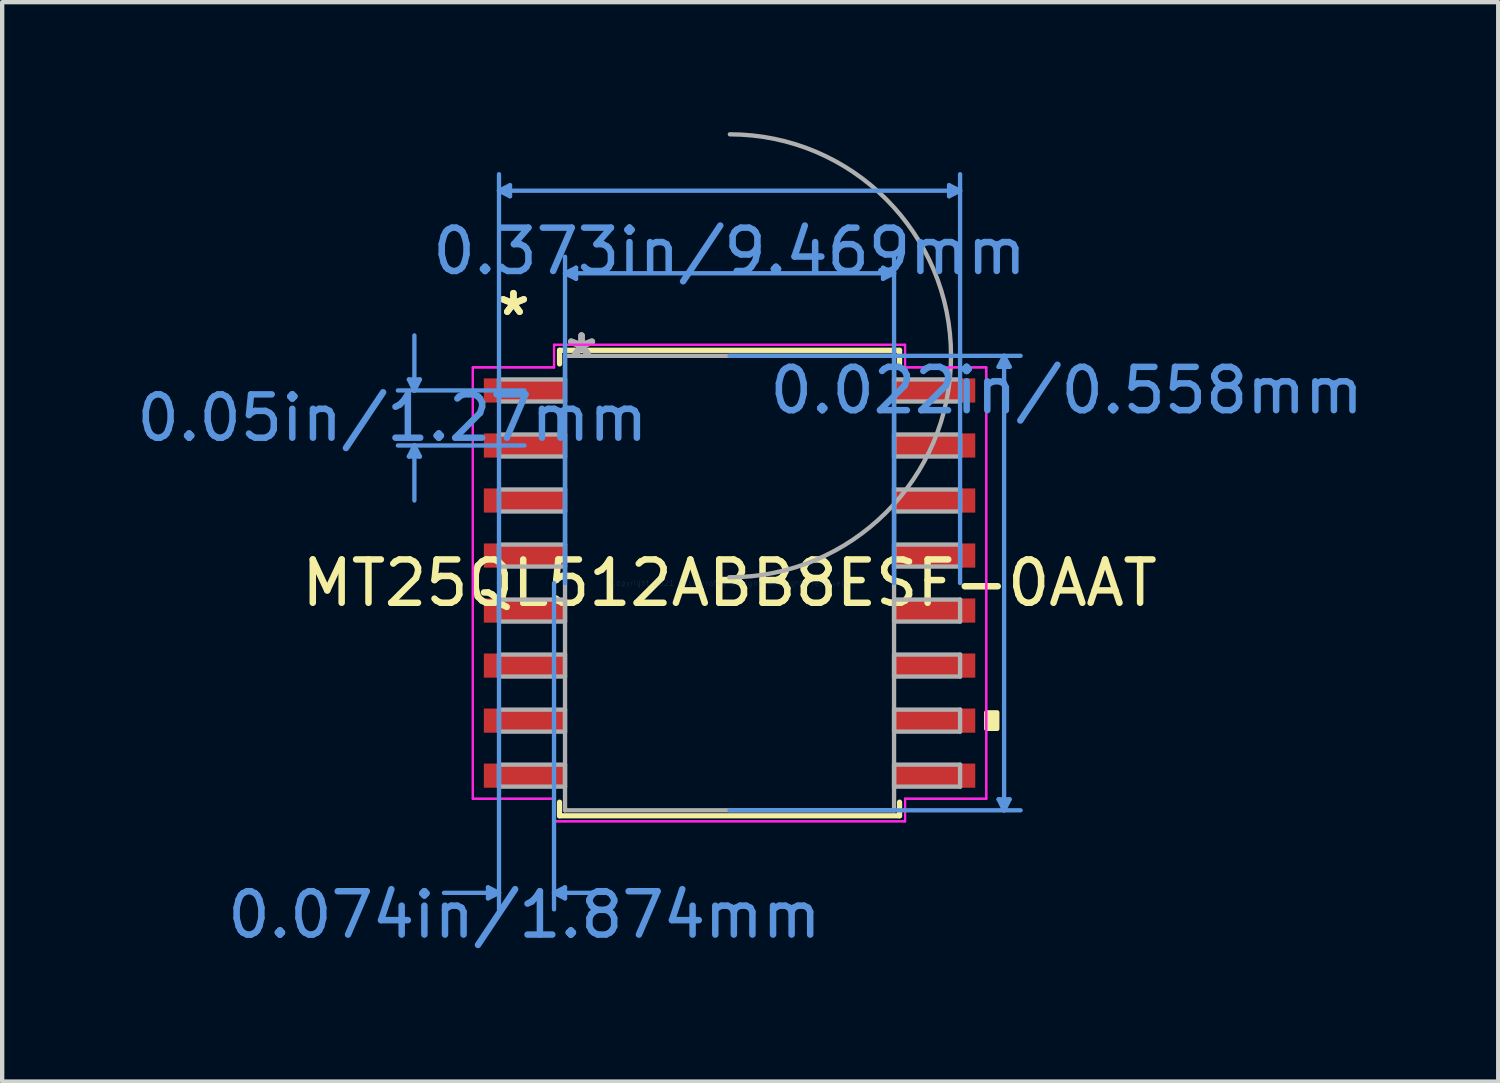
<source format=kicad_pcb>
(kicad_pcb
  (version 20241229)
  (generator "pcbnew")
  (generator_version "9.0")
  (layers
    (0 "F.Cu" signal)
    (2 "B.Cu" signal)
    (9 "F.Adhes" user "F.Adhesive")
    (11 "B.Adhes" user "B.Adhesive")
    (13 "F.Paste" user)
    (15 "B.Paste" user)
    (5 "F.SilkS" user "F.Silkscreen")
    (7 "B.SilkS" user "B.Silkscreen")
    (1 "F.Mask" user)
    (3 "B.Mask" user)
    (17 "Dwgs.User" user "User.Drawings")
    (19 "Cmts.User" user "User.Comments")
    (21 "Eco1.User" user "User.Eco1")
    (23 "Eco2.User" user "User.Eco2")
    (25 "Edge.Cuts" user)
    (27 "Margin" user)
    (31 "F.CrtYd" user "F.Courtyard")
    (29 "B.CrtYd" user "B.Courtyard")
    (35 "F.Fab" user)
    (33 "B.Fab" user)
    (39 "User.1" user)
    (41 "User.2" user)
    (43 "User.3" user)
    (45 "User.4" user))
  (footprint "MT25QL512ABB8ESF-0AAT"
    (layer "F.Cu")
    (at 13.788 10.407)
    (property "Reference" "MT25QL512ABB8ESF-0AAT" (at 0 0 0) (layer "F.SilkS") (effects (font (size 1 1) (thickness 0.15))))
    (attr through_hole)
    (fp_line (start -3.924 -5.372) (end -3.924 -5.057) (stroke (width 0.12) (type solid)) (layer "F.SilkS"))
    (fp_line (start -3.924 5.057) (end -3.924 5.372) (stroke (width 0.12) (type solid)) (layer "F.SilkS"))
    (fp_line (start -3.924 5.372) (end 3.924 5.372) (stroke (width 0.12) (type solid)) (layer "F.SilkS"))
    (fp_line (start 3.924 -5.372) (end -3.924 -5.372) (stroke (width 0.12) (type solid)) (layer "F.SilkS"))
    (fp_line (start 3.924 -5.057) (end 3.924 -5.372) (stroke (width 0.12) (type solid)) (layer "F.SilkS"))
    (fp_line (start 3.924 5.372) (end 3.924 5.057) (stroke (width 0.12) (type solid)) (layer "F.SilkS"))
    (fp_poly (pts (xy 6.179 2.985) (xy 6.179 3.365) (xy 5.925 3.365) (xy 5.925 2.985)) (stroke (width 0.1) (type solid)) (fill yes) (layer "F.SilkS"))
    (fp_line (start -7.401 -4.699) (end -7.147 -4.699) (stroke (width 0.1) (type solid)) (layer "Cmts.User"))
    (fp_line (start -7.401 -2.921) (end -7.147 -2.921) (stroke (width 0.1) (type solid)) (layer "Cmts.User"))
    (fp_line (start -7.274 -4.445) (end -7.401 -4.699) (stroke (width 0.1) (type solid)) (layer "Cmts.User"))
    (fp_line (start -7.274 -4.445) (end -7.274 -5.715) (stroke (width 0.1) (type solid)) (layer "Cmts.User"))
    (fp_line (start -7.274 -4.445) (end -7.147 -4.699) (stroke (width 0.1) (type solid)) (layer "Cmts.User"))
    (fp_line (start -7.274 -3.175) (end -7.401 -2.921) (stroke (width 0.1) (type solid)) (layer "Cmts.User"))
    (fp_line (start -7.274 -3.175) (end -7.274 -1.905) (stroke (width 0.1) (type solid)) (layer "Cmts.User"))
    (fp_line (start -7.274 -3.175) (end -7.147 -2.921) (stroke (width 0.1) (type solid)) (layer "Cmts.User"))
    (fp_line (start -5.575 7.023) (end -5.575 7.277) (stroke (width 0.1) (type solid)) (layer "Cmts.User"))
    (fp_line (start -5.321 -9.055) (end -5.067 -9.182) (stroke (width 0.1) (type solid)) (layer "Cmts.User"))
    (fp_line (start -5.321 -9.055) (end -5.067 -8.928) (stroke (width 0.1) (type solid)) (layer "Cmts.User"))
    (fp_line (start -5.321 -9.055) (end 5.321 -9.055) (stroke (width 0.1) (type solid)) (layer "Cmts.User"))
    (fp_line (start -5.321 0) (end -5.321 -9.436) (stroke (width 0.1) (type solid)) (layer "Cmts.User"))
    (fp_line (start -5.321 0) (end -5.321 7.531) (stroke (width 0.1) (type solid)) (layer "Cmts.User"))
    (fp_line (start -5.321 7.15) (end -6.591 7.15) (stroke (width 0.1) (type solid)) (layer "Cmts.User"))
    (fp_line (start -5.321 7.15) (end -5.575 7.023) (stroke (width 0.1) (type solid)) (layer "Cmts.User"))
    (fp_line (start -5.321 7.15) (end -5.575 7.277) (stroke (width 0.1) (type solid)) (layer "Cmts.User"))
    (fp_line (start -5.067 -9.182) (end -5.067 -8.928) (stroke (width 0.1) (type solid)) (layer "Cmts.User"))
    (fp_line (start -4.734 -4.445) (end -7.655 -4.445) (stroke (width 0.1) (type solid)) (layer "Cmts.User"))
    (fp_line (start -4.734 -3.175) (end -7.655 -3.175) (stroke (width 0.1) (type solid)) (layer "Cmts.User"))
    (fp_line (start -4.051 0) (end -4.051 7.531) (stroke (width 0.1) (type solid)) (layer "Cmts.User"))
    (fp_line (start -4.051 7.15) (end -3.797 7.023) (stroke (width 0.1) (type solid)) (layer "Cmts.User"))
    (fp_line (start -4.051 7.15) (end -3.797 7.277) (stroke (width 0.1) (type solid)) (layer "Cmts.User"))
    (fp_line (start -4.051 7.15) (end -2.781 7.15) (stroke (width 0.1) (type solid)) (layer "Cmts.User"))
    (fp_line (start -3.797 -7.15) (end -3.543 -7.277) (stroke (width 0.1) (type solid)) (layer "Cmts.User"))
    (fp_line (start -3.797 -7.15) (end -3.543 -7.023) (stroke (width 0.1) (type solid)) (layer "Cmts.User"))
    (fp_line (start -3.797 -7.15) (end 3.797 -7.15) (stroke (width 0.1) (type solid)) (layer "Cmts.User"))
    (fp_line (start -3.797 0) (end -3.797 -7.531) (stroke (width 0.1) (type solid)) (layer "Cmts.User"))
    (fp_line (start -3.797 7.023) (end -3.797 7.277) (stroke (width 0.1) (type solid)) (layer "Cmts.User"))
    (fp_line (start -3.543 -7.277) (end -3.543 -7.023) (stroke (width 0.1) (type solid)) (layer "Cmts.User"))
    (fp_line (start 0 -5.245) (end 6.718 -5.245) (stroke (width 0.1) (type solid)) (layer "Cmts.User"))
    (fp_line (start 0 5.245) (end 6.718 5.245) (stroke (width 0.1) (type solid)) (layer "Cmts.User"))
    (fp_line (start 3.543 -7.277) (end 3.543 -7.023) (stroke (width 0.1) (type solid)) (layer "Cmts.User"))
    (fp_line (start 3.797 -7.15) (end 3.543 -7.277) (stroke (width 0.1) (type solid)) (layer "Cmts.User"))
    (fp_line (start 3.797 -7.15) (end 3.543 -7.023) (stroke (width 0.1) (type solid)) (layer "Cmts.User"))
    (fp_line (start 3.797 0) (end 3.797 -7.531) (stroke (width 0.1) (type solid)) (layer "Cmts.User"))
    (fp_line (start 5.067 -9.182) (end 5.067 -8.928) (stroke (width 0.1) (type solid)) (layer "Cmts.User"))
    (fp_line (start 5.321 -9.055) (end 5.067 -9.182) (stroke (width 0.1) (type solid)) (layer "Cmts.User"))
    (fp_line (start 5.321 -9.055) (end 5.067 -8.928) (stroke (width 0.1) (type solid)) (layer "Cmts.User"))
    (fp_line (start 5.321 0) (end 5.321 -9.436) (stroke (width 0.1) (type solid)) (layer "Cmts.User"))
    (fp_line (start 6.21 -4.991) (end 6.464 -4.991) (stroke (width 0.1) (type solid)) (layer "Cmts.User"))
    (fp_line (start 6.21 4.991) (end 6.464 4.991) (stroke (width 0.1) (type solid)) (layer "Cmts.User"))
    (fp_line (start 6.337 -5.245) (end 6.21 -4.991) (stroke (width 0.1) (type solid)) (layer "Cmts.User"))
    (fp_line (start 6.337 -5.245) (end 6.337 5.245) (stroke (width 0.1) (type solid)) (layer "Cmts.User"))
    (fp_line (start 6.337 -5.245) (end 6.464 -4.991) (stroke (width 0.1) (type solid)) (layer "Cmts.User"))
    (fp_line (start 6.337 5.245) (end 6.21 4.991) (stroke (width 0.1) (type solid)) (layer "Cmts.User"))
    (fp_line (start 6.337 5.245) (end 6.464 4.991) (stroke (width 0.1) (type solid)) (layer "Cmts.User"))
    (fp_line (start -5.925 -4.978) (end -4.051 -4.978) (stroke (width 0.05) (type solid)) (layer "F.CrtYd"))
    (fp_line (start -5.925 -4.978) (end -4.051 -4.978) (stroke (width 0.05) (type solid)) (layer "F.CrtYd"))
    (fp_line (start -5.925 4.978) (end -5.925 -4.978) (stroke (width 0.05) (type solid)) (layer "F.CrtYd"))
    (fp_line (start -5.925 4.978) (end -5.925 -4.978) (stroke (width 0.05) (type solid)) (layer "F.CrtYd"))
    (fp_line (start -5.925 4.978) (end -4.051 4.978) (stroke (width 0.05) (type solid)) (layer "F.CrtYd"))
    (fp_line (start -4.051 -5.499) (end 4.051 -5.499) (stroke (width 0.05) (type solid)) (layer "F.CrtYd"))
    (fp_line (start -4.051 -5.499) (end 4.051 -5.499) (stroke (width 0.05) (type solid)) (layer "F.CrtYd"))
    (fp_line (start -4.051 -4.978) (end -4.051 -5.499) (stroke (width 0.05) (type solid)) (layer "F.CrtYd"))
    (fp_line (start -4.051 -4.978) (end -4.051 -5.499) (stroke (width 0.05) (type solid)) (layer "F.CrtYd"))
    (fp_line (start -4.051 4.978) (end -5.925 4.978) (stroke (width 0.05) (type solid)) (layer "F.CrtYd"))
    (fp_line (start -4.051 5.499) (end -4.051 4.978) (stroke (width 0.05) (type solid)) (layer "F.CrtYd"))
    (fp_line (start -4.051 5.499) (end -4.051 4.978) (stroke (width 0.05) (type solid)) (layer "F.CrtYd"))
    (fp_line (start 4.051 -5.499) (end 4.051 -4.978) (stroke (width 0.05) (type solid)) (layer "F.CrtYd"))
    (fp_line (start 4.051 -5.499) (end 4.051 -4.978) (stroke (width 0.05) (type solid)) (layer "F.CrtYd"))
    (fp_line (start 4.051 -4.978) (end 5.925 -4.978) (stroke (width 0.05) (type solid)) (layer "F.CrtYd"))
    (fp_line (start 4.051 4.978) (end 4.051 5.499) (stroke (width 0.05) (type solid)) (layer "F.CrtYd"))
    (fp_line (start 4.051 4.978) (end 4.051 5.499) (stroke (width 0.05) (type solid)) (layer "F.CrtYd"))
    (fp_line (start 4.051 5.499) (end -4.051 5.499) (stroke (width 0.05) (type solid)) (layer "F.CrtYd"))
    (fp_line (start 4.051 5.499) (end -4.051 5.499) (stroke (width 0.05) (type solid)) (layer "F.CrtYd"))
    (fp_line (start 5.925 -4.978) (end 4.051 -4.978) (stroke (width 0.05) (type solid)) (layer "F.CrtYd"))
    (fp_line (start 5.925 -4.978) (end 5.925 4.978) (stroke (width 0.05) (type solid)) (layer "F.CrtYd"))
    (fp_line (start 5.925 -4.978) (end 5.925 4.978) (stroke (width 0.05) (type solid)) (layer "F.CrtYd"))
    (fp_line (start 5.925 4.978) (end 4.051 4.978) (stroke (width 0.05) (type solid)) (layer "F.CrtYd"))
    (fp_line (start 5.925 4.978) (end 4.051 4.978) (stroke (width 0.05) (type solid)) (layer "F.CrtYd"))
    (fp_line (start -5.321 -4.699) (end -5.321 -4.191) (stroke (width 0.1) (type solid)) (layer "F.Fab"))
    (fp_line (start -5.321 -4.191) (end -3.797 -4.191) (stroke (width 0.1) (type solid)) (layer "F.Fab"))
    (fp_line (start -5.321 -3.429) (end -5.321 -2.921) (stroke (width 0.1) (type solid)) (layer "F.Fab"))
    (fp_line (start -5.321 -2.921) (end -3.797 -2.921) (stroke (width 0.1) (type solid)) (layer "F.Fab"))
    (fp_line (start -5.321 -2.159) (end -5.321 -1.651) (stroke (width 0.1) (type solid)) (layer "F.Fab"))
    (fp_line (start -5.321 -1.651) (end -3.797 -1.651) (stroke (width 0.1) (type solid)) (layer "F.Fab"))
    (fp_line (start -5.321 -0.889) (end -5.321 -0.381) (stroke (width 0.1) (type solid)) (layer "F.Fab"))
    (fp_line (start -5.321 -0.381) (end -3.797 -0.381) (stroke (width 0.1) (type solid)) (layer "F.Fab"))
    (fp_line (start -5.321 0.381) (end -5.321 0.889) (stroke (width 0.1) (type solid)) (layer "F.Fab"))
    (fp_line (start -5.321 0.889) (end -3.797 0.889) (stroke (width 0.1) (type solid)) (layer "F.Fab"))
    (fp_line (start -5.321 1.651) (end -5.321 2.159) (stroke (width 0.1) (type solid)) (layer "F.Fab"))
    (fp_line (start -5.321 2.159) (end -3.797 2.159) (stroke (width 0.1) (type solid)) (layer "F.Fab"))
    (fp_line (start -5.321 2.921) (end -5.321 3.429) (stroke (width 0.1) (type solid)) (layer "F.Fab"))
    (fp_line (start -5.321 3.429) (end -3.797 3.429) (stroke (width 0.1) (type solid)) (layer "F.Fab"))
    (fp_line (start -5.321 4.191) (end -5.321 4.699) (stroke (width 0.1) (type solid)) (layer "F.Fab"))
    (fp_line (start -5.321 4.699) (end -3.797 4.699) (stroke (width 0.1) (type solid)) (layer "F.Fab"))
    (fp_line (start -3.797 -5.245) (end -3.797 5.245) (stroke (width 0.1) (type solid)) (layer "F.Fab"))
    (fp_line (start -3.797 -4.699) (end -5.321 -4.699) (stroke (width 0.1) (type solid)) (layer "F.Fab"))
    (fp_line (start -3.797 -4.191) (end -3.797 -4.699) (stroke (width 0.1) (type solid)) (layer "F.Fab"))
    (fp_line (start -3.797 -3.429) (end -5.321 -3.429) (stroke (width 0.1) (type solid)) (layer "F.Fab"))
    (fp_line (start -3.797 -2.921) (end -3.797 -3.429) (stroke (width 0.1) (type solid)) (layer "F.Fab"))
    (fp_line (start -3.797 -2.159) (end -5.321 -2.159) (stroke (width 0.1) (type solid)) (layer "F.Fab"))
    (fp_line (start -3.797 -1.651) (end -3.797 -2.159) (stroke (width 0.1) (type solid)) (layer "F.Fab"))
    (fp_line (start -3.797 -0.889) (end -5.321 -0.889) (stroke (width 0.1) (type solid)) (layer "F.Fab"))
    (fp_line (start -3.797 -0.381) (end -3.797 -0.889) (stroke (width 0.1) (type solid)) (layer "F.Fab"))
    (fp_line (start -3.797 0.381) (end -5.321 0.381) (stroke (width 0.1) (type solid)) (layer "F.Fab"))
    (fp_line (start -3.797 0.889) (end -3.797 0.381) (stroke (width 0.1) (type solid)) (layer "F.Fab"))
    (fp_line (start -3.797 1.651) (end -5.321 1.651) (stroke (width 0.1) (type solid)) (layer "F.Fab"))
    (fp_line (start -3.797 2.159) (end -3.797 1.651) (stroke (width 0.1) (type solid)) (layer "F.Fab"))
    (fp_line (start -3.797 2.921) (end -5.321 2.921) (stroke (width 0.1) (type solid)) (layer "F.Fab"))
    (fp_line (start -3.797 3.429) (end -3.797 2.921) (stroke (width 0.1) (type solid)) (layer "F.Fab"))
    (fp_line (start -3.797 4.191) (end -5.321 4.191) (stroke (width 0.1) (type solid)) (layer "F.Fab"))
    (fp_line (start -3.797 4.699) (end -3.797 4.191) (stroke (width 0.1) (type solid)) (layer "F.Fab"))
    (fp_line (start -3.797 5.245) (end 3.797 5.245) (stroke (width 0.1) (type solid)) (layer "F.Fab"))
    (fp_line (start 3.797 -5.245) (end -3.797 -5.245) (stroke (width 0.1) (type solid)) (layer "F.Fab"))
    (fp_line (start 3.797 -4.699) (end 3.797 -4.191) (stroke (width 0.1) (type solid)) (layer "F.Fab"))
    (fp_line (start 3.797 -4.191) (end 5.321 -4.191) (stroke (width 0.1) (type solid)) (layer "F.Fab"))
    (fp_line (start 3.797 -3.429) (end 3.797 -2.921) (stroke (width 0.1) (type solid)) (layer "F.Fab"))
    (fp_line (start 3.797 -2.921) (end 5.321 -2.921) (stroke (width 0.1) (type solid)) (layer "F.Fab"))
    (fp_line (start 3.797 -2.159) (end 3.797 -1.651) (stroke (width 0.1) (type solid)) (layer "F.Fab"))
    (fp_line (start 3.797 -1.651) (end 5.321 -1.651) (stroke (width 0.1) (type solid)) (layer "F.Fab"))
    (fp_line (start 3.797 -0.889) (end 3.797 -0.381) (stroke (width 0.1) (type solid)) (layer "F.Fab"))
    (fp_line (start 3.797 -0.381) (end 5.321 -0.381) (stroke (width 0.1) (type solid)) (layer "F.Fab"))
    (fp_line (start 3.797 0.381) (end 3.797 0.889) (stroke (width 0.1) (type solid)) (layer "F.Fab"))
    (fp_line (start 3.797 0.889) (end 5.321 0.889) (stroke (width 0.1) (type solid)) (layer "F.Fab"))
    (fp_line (start 3.797 1.651) (end 3.797 2.159) (stroke (width 0.1) (type solid)) (layer "F.Fab"))
    (fp_line (start 3.797 2.159) (end 5.321 2.159) (stroke (width 0.1) (type solid)) (layer "F.Fab"))
    (fp_line (start 3.797 2.921) (end 3.797 3.429) (stroke (width 0.1) (type solid)) (layer "F.Fab"))
    (fp_line (start 3.797 3.429) (end 5.321 3.429) (stroke (width 0.1) (type solid)) (layer "F.Fab"))
    (fp_line (start 3.797 4.191) (end 3.797 4.699) (stroke (width 0.1) (type solid)) (layer "F.Fab"))
    (fp_line (start 3.797 4.699) (end 5.321 4.699) (stroke (width 0.1) (type solid)) (layer "F.Fab"))
    (fp_line (start 3.797 5.245) (end 3.797 -5.245) (stroke (width 0.1) (type solid)) (layer "F.Fab"))
    (fp_line (start 5.321 -4.699) (end 3.797 -4.699) (stroke (width 0.1) (type solid)) (layer "F.Fab"))
    (fp_line (start 5.321 -4.191) (end 5.321 -4.699) (stroke (width 0.1) (type solid)) (layer "F.Fab"))
    (fp_line (start 5.321 -3.429) (end 3.797 -3.429) (stroke (width 0.1) (type solid)) (layer "F.Fab"))
    (fp_line (start 5.321 -2.921) (end 5.321 -3.429) (stroke (width 0.1) (type solid)) (layer "F.Fab"))
    (fp_line (start 5.321 -2.159) (end 3.797 -2.159) (stroke (width 0.1) (type solid)) (layer "F.Fab"))
    (fp_line (start 5.321 -1.651) (end 5.321 -2.159) (stroke (width 0.1) (type solid)) (layer "F.Fab"))
    (fp_line (start 5.321 -0.889) (end 3.797 -0.889) (stroke (width 0.1) (type solid)) (layer "F.Fab"))
    (fp_line (start 5.321 -0.381) (end 5.321 -0.889) (stroke (width 0.1) (type solid)) (layer "F.Fab"))
    (fp_line (start 5.321 0.381) (end 3.797 0.381) (stroke (width 0.1) (type solid)) (layer "F.Fab"))
    (fp_line (start 5.321 0.889) (end 5.321 0.381) (stroke (width 0.1) (type solid)) (layer "F.Fab"))
    (fp_line (start 5.321 1.651) (end 3.797 1.651) (stroke (width 0.1) (type solid)) (layer "F.Fab"))
    (fp_line (start 5.321 2.159) (end 5.321 1.651) (stroke (width 0.1) (type solid)) (layer "F.Fab"))
    (fp_line (start 5.321 2.921) (end 3.797 2.921) (stroke (width 0.1) (type solid)) (layer "F.Fab"))
    (fp_line (start 5.321 3.429) (end 5.321 2.921) (stroke (width 0.1) (type solid)) (layer "F.Fab"))
    (fp_line (start 5.321 4.191) (end 3.797 4.191) (stroke (width 0.1) (type solid)) (layer "F.Fab"))
    (fp_line (start 5.321 4.699) (end 5.321 4.191) (stroke (width 0.1) (type solid)) (layer "F.Fab"))
    (fp_arc (start 0.007742 -10.356974) (mid 5.111874 -5.237358) (end -0.007742 -0.133226) (stroke (width 0.1) (type solid)) (layer "F.Fab"))
    (fp_text user "*" (at -4.988 -6.146 0) (layer "F.SilkS") (effects (font (size 1 1) (thickness 0.15))))
    (fp_text user "*" (at -4.988 -6.146 0) (layer "F.SilkS") (effects (font (size 1 1) (thickness 0.15))))
    (fp_text user "0.074in/1.874mm" (at -4.734 7.658 0) (layer "Cmts.User") (effects (font (size 1 1) (thickness 0.15))))
    (fp_text user "Copyright 2021 Accelerated Designs. All rights reserved." (at 0 0 0) (layer "Cmts.User") (effects (font (size 0.127 0.127) (thickness 0.002))))
    (fp_text user "0.05in/1.27mm" (at -7.782 -3.81 0) (layer "Cmts.User") (effects (font (size 1 1) (thickness 0.15))))
    (fp_text user "0.373in/9.469mm" (at 0 -7.658 0) (layer "Cmts.User") (effects (font (size 1 1) (thickness 0.15))))
    (fp_text user "0.022in/0.558mm" (at 7.782 -4.445 0) (layer "Cmts.User") (effects (font (size 1 1) (thickness 0.15))))
    (fp_text user "*" (at -3.416 -5.169 0) (layer "F.Fab") (effects (font (size 1 1) (thickness 0.15))))
    (fp_text user "*" (at -3.416 -5.169 0) (layer "F.Fab") (effects (font (size 1 1) (thickness 0.15))))
    (pad "1" smd rect (at -4.734 -4.445) (size 1.874 0.558) (layers "F.Cu" "F.Mask" "F.Paste"))
    (pad "2" smd rect (at -4.734 -3.175) (size 1.874 0.558) (layers "F.Cu" "F.Mask" "F.Paste"))
    (pad "3" smd rect (at -4.734 -1.905) (size 1.874 0.558) (layers "F.Cu" "F.Mask" "F.Paste"))
    (pad "4" smd rect (at -4.734 -0.635) (size 1.874 0.558) (layers "F.Cu" "F.Mask" "F.Paste"))
    (pad "5" smd rect (at -4.734 0.635) (size 1.874 0.558) (layers "F.Cu" "F.Mask" "F.Paste"))
    (pad "6" smd rect (at -4.734 1.905) (size 1.874 0.558) (layers "F.Cu" "F.Mask" "F.Paste"))
    (pad "7" smd rect (at -4.734 3.175) (size 1.874 0.558) (layers "F.Cu" "F.Mask" "F.Paste"))
    (pad "8" smd rect (at -4.734 4.445) (size 1.874 0.558) (layers "F.Cu" "F.Mask" "F.Paste"))
    (pad "9" smd rect (at 4.734 4.445) (size 1.874 0.558) (layers "F.Cu" "F.Mask" "F.Paste"))
    (pad "10" smd rect (at 4.734 3.175) (size 1.874 0.558) (layers "F.Cu" "F.Mask" "F.Paste"))
    (pad "11" smd rect (at 4.734 1.905) (size 1.874 0.558) (layers "F.Cu" "F.Mask" "F.Paste"))
    (pad "12" smd rect (at 4.734 0.635) (size 1.874 0.558) (layers "F.Cu" "F.Mask" "F.Paste"))
    (pad "13" smd rect (at 4.734 -0.635) (size 1.874 0.558) (layers "F.Cu" "F.Mask" "F.Paste"))
    (pad "14" smd rect (at 4.734 -1.905) (size 1.874 0.558) (layers "F.Cu" "F.Mask" "F.Paste"))
    (pad "15" smd rect (at 4.734 -3.175) (size 1.874 0.558) (layers "F.Cu" "F.Mask" "F.Paste"))
    (pad "16" smd rect (at 4.734 -4.445) (size 1.874 0.558) (layers "F.Cu" "F.Mask" "F.Paste")))
  (gr_rect
    (start -3 -3)
    (end 31.529 21.913)
    (stroke (width 0.1) (type default))
    (fill no)
    (layer "Edge.Cuts")))
</source>
